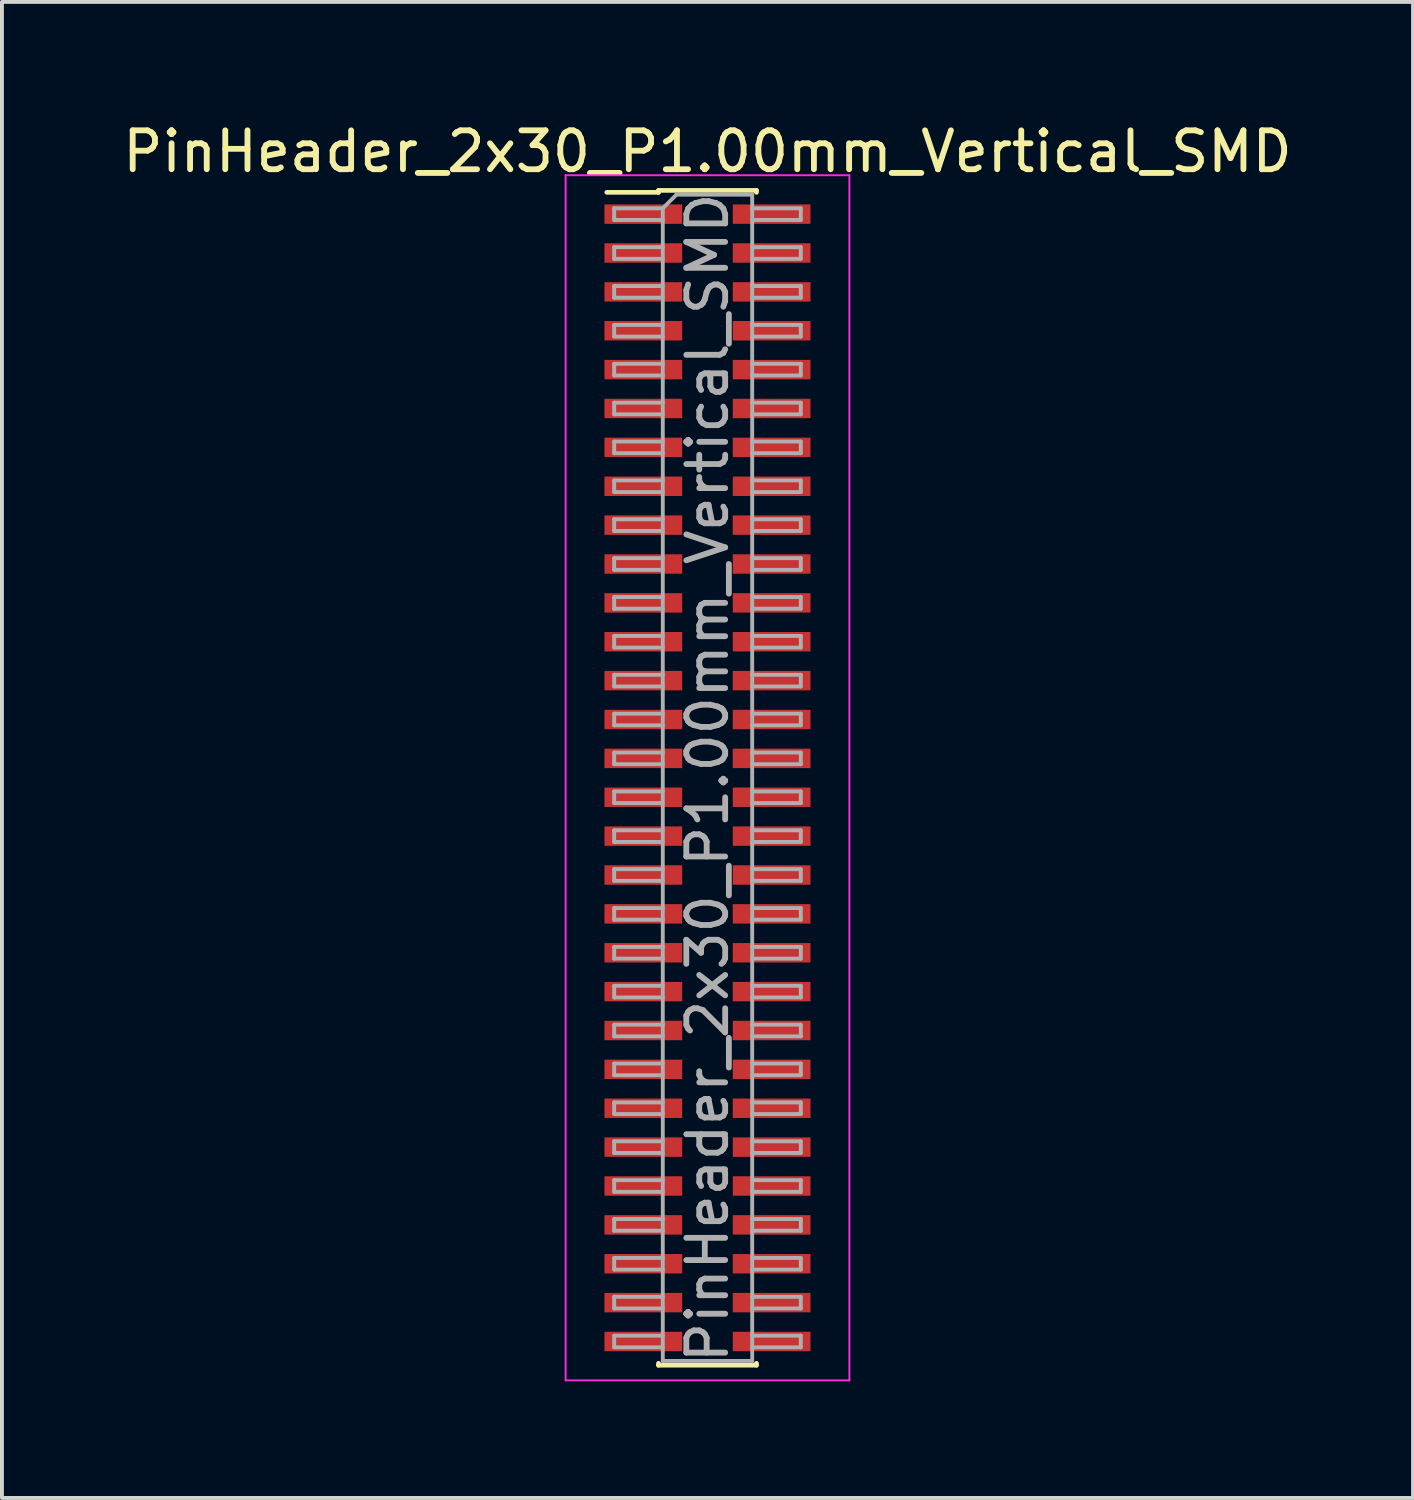
<source format=kicad_pcb>
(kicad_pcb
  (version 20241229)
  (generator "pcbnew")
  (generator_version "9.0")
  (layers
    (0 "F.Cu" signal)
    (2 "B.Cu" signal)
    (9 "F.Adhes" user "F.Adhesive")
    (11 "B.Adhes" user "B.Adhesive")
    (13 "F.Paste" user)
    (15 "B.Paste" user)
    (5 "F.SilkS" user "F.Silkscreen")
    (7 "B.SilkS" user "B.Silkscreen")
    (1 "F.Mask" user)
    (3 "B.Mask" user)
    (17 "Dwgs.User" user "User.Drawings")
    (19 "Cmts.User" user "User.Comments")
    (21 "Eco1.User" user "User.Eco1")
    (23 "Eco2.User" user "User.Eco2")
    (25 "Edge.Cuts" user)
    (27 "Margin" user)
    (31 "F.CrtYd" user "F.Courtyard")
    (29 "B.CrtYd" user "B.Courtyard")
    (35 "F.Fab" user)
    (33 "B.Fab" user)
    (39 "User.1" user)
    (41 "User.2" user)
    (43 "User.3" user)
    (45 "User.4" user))
  (footprint "PinHeader_2x30_P1.00mm_Vertical_SMD"
    (layer "F.Cu")
    (at 15.149 16.958)
    (property "Reference" "PinHeader_2x30_P1.00mm_Vertical_SMD" (at 0 -16.11 0) (layer "F.SilkS") (effects (font (size 1 1) (thickness 0.15))))
    (attr smd)
    (fp_line (start -2.59 -15.06) (end -1.26 -15.06) (stroke (width 0.12) (type solid)) (layer "F.SilkS"))
    (fp_line (start -1.26 -15.11) (end -1.26 -15.06) (stroke (width 0.12) (type solid)) (layer "F.SilkS"))
    (fp_line (start -1.26 -15.11) (end 1.26 -15.11) (stroke (width 0.12) (type solid)) (layer "F.SilkS"))
    (fp_line (start -1.26 15.06) (end -1.26 15.11) (stroke (width 0.12) (type solid)) (layer "F.SilkS"))
    (fp_line (start -1.26 15.11) (end 1.26 15.11) (stroke (width 0.12) (type solid)) (layer "F.SilkS"))
    (fp_line (start 1.26 -15.11) (end 1.26 -15.06) (stroke (width 0.12) (type solid)) (layer "F.SilkS"))
    (fp_line (start 1.26 15.06) (end 1.26 15.11) (stroke (width 0.12) (type solid)) (layer "F.SilkS"))
    (fp_line (start -3.65 -15.5) (end -3.65 15.5) (stroke (width 0.05) (type solid)) (layer "F.CrtYd"))
    (fp_line (start -3.65 15.5) (end 3.65 15.5) (stroke (width 0.05) (type solid)) (layer "F.CrtYd"))
    (fp_line (start 3.65 -15.5) (end -3.65 -15.5) (stroke (width 0.05) (type solid)) (layer "F.CrtYd"))
    (fp_line (start 3.65 15.5) (end 3.65 -15.5) (stroke (width 0.05) (type solid)) (layer "F.CrtYd"))
    (fp_line (start -2.4 -14.65) (end -2.4 -14.35) (stroke (width 0.1) (type solid)) (layer "F.Fab"))
    (fp_line (start -2.4 -14.35) (end -1.15 -14.35) (stroke (width 0.1) (type solid)) (layer "F.Fab"))
    (fp_line (start -2.4 -13.65) (end -2.4 -13.35) (stroke (width 0.1) (type solid)) (layer "F.Fab"))
    (fp_line (start -2.4 -13.35) (end -1.15 -13.35) (stroke (width 0.1) (type solid)) (layer "F.Fab"))
    (fp_line (start -2.4 -12.65) (end -2.4 -12.35) (stroke (width 0.1) (type solid)) (layer "F.Fab"))
    (fp_line (start -2.4 -12.35) (end -1.15 -12.35) (stroke (width 0.1) (type solid)) (layer "F.Fab"))
    (fp_line (start -2.4 -11.65) (end -2.4 -11.35) (stroke (width 0.1) (type solid)) (layer "F.Fab"))
    (fp_line (start -2.4 -11.35) (end -1.15 -11.35) (stroke (width 0.1) (type solid)) (layer "F.Fab"))
    (fp_line (start -2.4 -10.65) (end -2.4 -10.35) (stroke (width 0.1) (type solid)) (layer "F.Fab"))
    (fp_line (start -2.4 -10.35) (end -1.15 -10.35) (stroke (width 0.1) (type solid)) (layer "F.Fab"))
    (fp_line (start -2.4 -9.65) (end -2.4 -9.35) (stroke (width 0.1) (type solid)) (layer "F.Fab"))
    (fp_line (start -2.4 -9.35) (end -1.15 -9.35) (stroke (width 0.1) (type solid)) (layer "F.Fab"))
    (fp_line (start -2.4 -8.65) (end -2.4 -8.35) (stroke (width 0.1) (type solid)) (layer "F.Fab"))
    (fp_line (start -2.4 -8.35) (end -1.15 -8.35) (stroke (width 0.1) (type solid)) (layer "F.Fab"))
    (fp_line (start -2.4 -7.65) (end -2.4 -7.35) (stroke (width 0.1) (type solid)) (layer "F.Fab"))
    (fp_line (start -2.4 -7.35) (end -1.15 -7.35) (stroke (width 0.1) (type solid)) (layer "F.Fab"))
    (fp_line (start -2.4 -6.65) (end -2.4 -6.35) (stroke (width 0.1) (type solid)) (layer "F.Fab"))
    (fp_line (start -2.4 -6.35) (end -1.15 -6.35) (stroke (width 0.1) (type solid)) (layer "F.Fab"))
    (fp_line (start -2.4 -5.65) (end -2.4 -5.35) (stroke (width 0.1) (type solid)) (layer "F.Fab"))
    (fp_line (start -2.4 -5.35) (end -1.15 -5.35) (stroke (width 0.1) (type solid)) (layer "F.Fab"))
    (fp_line (start -2.4 -4.65) (end -2.4 -4.35) (stroke (width 0.1) (type solid)) (layer "F.Fab"))
    (fp_line (start -2.4 -4.35) (end -1.15 -4.35) (stroke (width 0.1) (type solid)) (layer "F.Fab"))
    (fp_line (start -2.4 -3.65) (end -2.4 -3.35) (stroke (width 0.1) (type solid)) (layer "F.Fab"))
    (fp_line (start -2.4 -3.35) (end -1.15 -3.35) (stroke (width 0.1) (type solid)) (layer "F.Fab"))
    (fp_line (start -2.4 -2.65) (end -2.4 -2.35) (stroke (width 0.1) (type solid)) (layer "F.Fab"))
    (fp_line (start -2.4 -2.35) (end -1.15 -2.35) (stroke (width 0.1) (type solid)) (layer "F.Fab"))
    (fp_line (start -2.4 -1.65) (end -2.4 -1.35) (stroke (width 0.1) (type solid)) (layer "F.Fab"))
    (fp_line (start -2.4 -1.35) (end -1.15 -1.35) (stroke (width 0.1) (type solid)) (layer "F.Fab"))
    (fp_line (start -2.4 -0.65) (end -2.4 -0.35) (stroke (width 0.1) (type solid)) (layer "F.Fab"))
    (fp_line (start -2.4 -0.35) (end -1.15 -0.35) (stroke (width 0.1) (type solid)) (layer "F.Fab"))
    (fp_line (start -2.4 0.35) (end -2.4 0.65) (stroke (width 0.1) (type solid)) (layer "F.Fab"))
    (fp_line (start -2.4 0.65) (end -1.15 0.65) (stroke (width 0.1) (type solid)) (layer "F.Fab"))
    (fp_line (start -2.4 1.35) (end -2.4 1.65) (stroke (width 0.1) (type solid)) (layer "F.Fab"))
    (fp_line (start -2.4 1.65) (end -1.15 1.65) (stroke (width 0.1) (type solid)) (layer "F.Fab"))
    (fp_line (start -2.4 2.35) (end -2.4 2.65) (stroke (width 0.1) (type solid)) (layer "F.Fab"))
    (fp_line (start -2.4 2.65) (end -1.15 2.65) (stroke (width 0.1) (type solid)) (layer "F.Fab"))
    (fp_line (start -2.4 3.35) (end -2.4 3.65) (stroke (width 0.1) (type solid)) (layer "F.Fab"))
    (fp_line (start -2.4 3.65) (end -1.15 3.65) (stroke (width 0.1) (type solid)) (layer "F.Fab"))
    (fp_line (start -2.4 4.35) (end -2.4 4.65) (stroke (width 0.1) (type solid)) (layer "F.Fab"))
    (fp_line (start -2.4 4.65) (end -1.15 4.65) (stroke (width 0.1) (type solid)) (layer "F.Fab"))
    (fp_line (start -2.4 5.35) (end -2.4 5.65) (stroke (width 0.1) (type solid)) (layer "F.Fab"))
    (fp_line (start -2.4 5.65) (end -1.15 5.65) (stroke (width 0.1) (type solid)) (layer "F.Fab"))
    (fp_line (start -2.4 6.35) (end -2.4 6.65) (stroke (width 0.1) (type solid)) (layer "F.Fab"))
    (fp_line (start -2.4 6.65) (end -1.15 6.65) (stroke (width 0.1) (type solid)) (layer "F.Fab"))
    (fp_line (start -2.4 7.35) (end -2.4 7.65) (stroke (width 0.1) (type solid)) (layer "F.Fab"))
    (fp_line (start -2.4 7.65) (end -1.15 7.65) (stroke (width 0.1) (type solid)) (layer "F.Fab"))
    (fp_line (start -2.4 8.35) (end -2.4 8.65) (stroke (width 0.1) (type solid)) (layer "F.Fab"))
    (fp_line (start -2.4 8.65) (end -1.15 8.65) (stroke (width 0.1) (type solid)) (layer "F.Fab"))
    (fp_line (start -2.4 9.35) (end -2.4 9.65) (stroke (width 0.1) (type solid)) (layer "F.Fab"))
    (fp_line (start -2.4 9.65) (end -1.15 9.65) (stroke (width 0.1) (type solid)) (layer "F.Fab"))
    (fp_line (start -2.4 10.35) (end -2.4 10.65) (stroke (width 0.1) (type solid)) (layer "F.Fab"))
    (fp_line (start -2.4 10.65) (end -1.15 10.65) (stroke (width 0.1) (type solid)) (layer "F.Fab"))
    (fp_line (start -2.4 11.35) (end -2.4 11.65) (stroke (width 0.1) (type solid)) (layer "F.Fab"))
    (fp_line (start -2.4 11.65) (end -1.15 11.65) (stroke (width 0.1) (type solid)) (layer "F.Fab"))
    (fp_line (start -2.4 12.35) (end -2.4 12.65) (stroke (width 0.1) (type solid)) (layer "F.Fab"))
    (fp_line (start -2.4 12.65) (end -1.15 12.65) (stroke (width 0.1) (type solid)) (layer "F.Fab"))
    (fp_line (start -2.4 13.35) (end -2.4 13.65) (stroke (width 0.1) (type solid)) (layer "F.Fab"))
    (fp_line (start -2.4 13.65) (end -1.15 13.65) (stroke (width 0.1) (type solid)) (layer "F.Fab"))
    (fp_line (start -2.4 14.35) (end -2.4 14.65) (stroke (width 0.1) (type solid)) (layer "F.Fab"))
    (fp_line (start -2.4 14.65) (end -1.15 14.65) (stroke (width 0.1) (type solid)) (layer "F.Fab"))
    (fp_line (start -1.15 -14.65) (end -2.4 -14.65) (stroke (width 0.1) (type solid)) (layer "F.Fab"))
    (fp_line (start -1.15 -14.65) (end -0.8 -15) (stroke (width 0.1) (type solid)) (layer "F.Fab"))
    (fp_line (start -1.15 -13.65) (end -2.4 -13.65) (stroke (width 0.1) (type solid)) (layer "F.Fab"))
    (fp_line (start -1.15 -12.65) (end -2.4 -12.65) (stroke (width 0.1) (type solid)) (layer "F.Fab"))
    (fp_line (start -1.15 -11.65) (end -2.4 -11.65) (stroke (width 0.1) (type solid)) (layer "F.Fab"))
    (fp_line (start -1.15 -10.65) (end -2.4 -10.65) (stroke (width 0.1) (type solid)) (layer "F.Fab"))
    (fp_line (start -1.15 -9.65) (end -2.4 -9.65) (stroke (width 0.1) (type solid)) (layer "F.Fab"))
    (fp_line (start -1.15 -8.65) (end -2.4 -8.65) (stroke (width 0.1) (type solid)) (layer "F.Fab"))
    (fp_line (start -1.15 -7.65) (end -2.4 -7.65) (stroke (width 0.1) (type solid)) (layer "F.Fab"))
    (fp_line (start -1.15 -6.65) (end -2.4 -6.65) (stroke (width 0.1) (type solid)) (layer "F.Fab"))
    (fp_line (start -1.15 -5.65) (end -2.4 -5.65) (stroke (width 0.1) (type solid)) (layer "F.Fab"))
    (fp_line (start -1.15 -4.65) (end -2.4 -4.65) (stroke (width 0.1) (type solid)) (layer "F.Fab"))
    (fp_line (start -1.15 -3.65) (end -2.4 -3.65) (stroke (width 0.1) (type solid)) (layer "F.Fab"))
    (fp_line (start -1.15 -2.65) (end -2.4 -2.65) (stroke (width 0.1) (type solid)) (layer "F.Fab"))
    (fp_line (start -1.15 -1.65) (end -2.4 -1.65) (stroke (width 0.1) (type solid)) (layer "F.Fab"))
    (fp_line (start -1.15 -0.65) (end -2.4 -0.65) (stroke (width 0.1) (type solid)) (layer "F.Fab"))
    (fp_line (start -1.15 0.35) (end -2.4 0.35) (stroke (width 0.1) (type solid)) (layer "F.Fab"))
    (fp_line (start -1.15 1.35) (end -2.4 1.35) (stroke (width 0.1) (type solid)) (layer "F.Fab"))
    (fp_line (start -1.15 2.35) (end -2.4 2.35) (stroke (width 0.1) (type solid)) (layer "F.Fab"))
    (fp_line (start -1.15 3.35) (end -2.4 3.35) (stroke (width 0.1) (type solid)) (layer "F.Fab"))
    (fp_line (start -1.15 4.35) (end -2.4 4.35) (stroke (width 0.1) (type solid)) (layer "F.Fab"))
    (fp_line (start -1.15 5.35) (end -2.4 5.35) (stroke (width 0.1) (type solid)) (layer "F.Fab"))
    (fp_line (start -1.15 6.35) (end -2.4 6.35) (stroke (width 0.1) (type solid)) (layer "F.Fab"))
    (fp_line (start -1.15 7.35) (end -2.4 7.35) (stroke (width 0.1) (type solid)) (layer "F.Fab"))
    (fp_line (start -1.15 8.35) (end -2.4 8.35) (stroke (width 0.1) (type solid)) (layer "F.Fab"))
    (fp_line (start -1.15 9.35) (end -2.4 9.35) (stroke (width 0.1) (type solid)) (layer "F.Fab"))
    (fp_line (start -1.15 10.35) (end -2.4 10.35) (stroke (width 0.1) (type solid)) (layer "F.Fab"))
    (fp_line (start -1.15 11.35) (end -2.4 11.35) (stroke (width 0.1) (type solid)) (layer "F.Fab"))
    (fp_line (start -1.15 12.35) (end -2.4 12.35) (stroke (width 0.1) (type solid)) (layer "F.Fab"))
    (fp_line (start -1.15 13.35) (end -2.4 13.35) (stroke (width 0.1) (type solid)) (layer "F.Fab"))
    (fp_line (start -1.15 14.35) (end -2.4 14.35) (stroke (width 0.1) (type solid)) (layer "F.Fab"))
    (fp_line (start -1.15 15) (end -1.15 -14.65) (stroke (width 0.1) (type solid)) (layer "F.Fab"))
    (fp_line (start -0.8 -15) (end 1.15 -15) (stroke (width 0.1) (type solid)) (layer "F.Fab"))
    (fp_line (start 1.15 -15) (end 1.15 15) (stroke (width 0.1) (type solid)) (layer "F.Fab"))
    (fp_line (start 1.15 -14.65) (end 2.4 -14.65) (stroke (width 0.1) (type solid)) (layer "F.Fab"))
    (fp_line (start 1.15 -13.65) (end 2.4 -13.65) (stroke (width 0.1) (type solid)) (layer "F.Fab"))
    (fp_line (start 1.15 -12.65) (end 2.4 -12.65) (stroke (width 0.1) (type solid)) (layer "F.Fab"))
    (fp_line (start 1.15 -11.65) (end 2.4 -11.65) (stroke (width 0.1) (type solid)) (layer "F.Fab"))
    (fp_line (start 1.15 -10.65) (end 2.4 -10.65) (stroke (width 0.1) (type solid)) (layer "F.Fab"))
    (fp_line (start 1.15 -9.65) (end 2.4 -9.65) (stroke (width 0.1) (type solid)) (layer "F.Fab"))
    (fp_line (start 1.15 -8.65) (end 2.4 -8.65) (stroke (width 0.1) (type solid)) (layer "F.Fab"))
    (fp_line (start 1.15 -7.65) (end 2.4 -7.65) (stroke (width 0.1) (type solid)) (layer "F.Fab"))
    (fp_line (start 1.15 -6.65) (end 2.4 -6.65) (stroke (width 0.1) (type solid)) (layer "F.Fab"))
    (fp_line (start 1.15 -5.65) (end 2.4 -5.65) (stroke (width 0.1) (type solid)) (layer "F.Fab"))
    (fp_line (start 1.15 -4.65) (end 2.4 -4.65) (stroke (width 0.1) (type solid)) (layer "F.Fab"))
    (fp_line (start 1.15 -3.65) (end 2.4 -3.65) (stroke (width 0.1) (type solid)) (layer "F.Fab"))
    (fp_line (start 1.15 -2.65) (end 2.4 -2.65) (stroke (width 0.1) (type solid)) (layer "F.Fab"))
    (fp_line (start 1.15 -1.65) (end 2.4 -1.65) (stroke (width 0.1) (type solid)) (layer "F.Fab"))
    (fp_line (start 1.15 -0.65) (end 2.4 -0.65) (stroke (width 0.1) (type solid)) (layer "F.Fab"))
    (fp_line (start 1.15 0.35) (end 2.4 0.35) (stroke (width 0.1) (type solid)) (layer "F.Fab"))
    (fp_line (start 1.15 1.35) (end 2.4 1.35) (stroke (width 0.1) (type solid)) (layer "F.Fab"))
    (fp_line (start 1.15 2.35) (end 2.4 2.35) (stroke (width 0.1) (type solid)) (layer "F.Fab"))
    (fp_line (start 1.15 3.35) (end 2.4 3.35) (stroke (width 0.1) (type solid)) (layer "F.Fab"))
    (fp_line (start 1.15 4.35) (end 2.4 4.35) (stroke (width 0.1) (type solid)) (layer "F.Fab"))
    (fp_line (start 1.15 5.35) (end 2.4 5.35) (stroke (width 0.1) (type solid)) (layer "F.Fab"))
    (fp_line (start 1.15 6.35) (end 2.4 6.35) (stroke (width 0.1) (type solid)) (layer "F.Fab"))
    (fp_line (start 1.15 7.35) (end 2.4 7.35) (stroke (width 0.1) (type solid)) (layer "F.Fab"))
    (fp_line (start 1.15 8.35) (end 2.4 8.35) (stroke (width 0.1) (type solid)) (layer "F.Fab"))
    (fp_line (start 1.15 9.35) (end 2.4 9.35) (stroke (width 0.1) (type solid)) (layer "F.Fab"))
    (fp_line (start 1.15 10.35) (end 2.4 10.35) (stroke (width 0.1) (type solid)) (layer "F.Fab"))
    (fp_line (start 1.15 11.35) (end 2.4 11.35) (stroke (width 0.1) (type solid)) (layer "F.Fab"))
    (fp_line (start 1.15 12.35) (end 2.4 12.35) (stroke (width 0.1) (type solid)) (layer "F.Fab"))
    (fp_line (start 1.15 13.35) (end 2.4 13.35) (stroke (width 0.1) (type solid)) (layer "F.Fab"))
    (fp_line (start 1.15 14.35) (end 2.4 14.35) (stroke (width 0.1) (type solid)) (layer "F.Fab"))
    (fp_line (start 1.15 15) (end -1.15 15) (stroke (width 0.1) (type solid)) (layer "F.Fab"))
    (fp_line (start 2.4 -14.65) (end 2.4 -14.35) (stroke (width 0.1) (type solid)) (layer "F.Fab"))
    (fp_line (start 2.4 -14.35) (end 1.15 -14.35) (stroke (width 0.1) (type solid)) (layer "F.Fab"))
    (fp_line (start 2.4 -13.65) (end 2.4 -13.35) (stroke (width 0.1) (type solid)) (layer "F.Fab"))
    (fp_line (start 2.4 -13.35) (end 1.15 -13.35) (stroke (width 0.1) (type solid)) (layer "F.Fab"))
    (fp_line (start 2.4 -12.65) (end 2.4 -12.35) (stroke (width 0.1) (type solid)) (layer "F.Fab"))
    (fp_line (start 2.4 -12.35) (end 1.15 -12.35) (stroke (width 0.1) (type solid)) (layer "F.Fab"))
    (fp_line (start 2.4 -11.65) (end 2.4 -11.35) (stroke (width 0.1) (type solid)) (layer "F.Fab"))
    (fp_line (start 2.4 -11.35) (end 1.15 -11.35) (stroke (width 0.1) (type solid)) (layer "F.Fab"))
    (fp_line (start 2.4 -10.65) (end 2.4 -10.35) (stroke (width 0.1) (type solid)) (layer "F.Fab"))
    (fp_line (start 2.4 -10.35) (end 1.15 -10.35) (stroke (width 0.1) (type solid)) (layer "F.Fab"))
    (fp_line (start 2.4 -9.65) (end 2.4 -9.35) (stroke (width 0.1) (type solid)) (layer "F.Fab"))
    (fp_line (start 2.4 -9.35) (end 1.15 -9.35) (stroke (width 0.1) (type solid)) (layer "F.Fab"))
    (fp_line (start 2.4 -8.65) (end 2.4 -8.35) (stroke (width 0.1) (type solid)) (layer "F.Fab"))
    (fp_line (start 2.4 -8.35) (end 1.15 -8.35) (stroke (width 0.1) (type solid)) (layer "F.Fab"))
    (fp_line (start 2.4 -7.65) (end 2.4 -7.35) (stroke (width 0.1) (type solid)) (layer "F.Fab"))
    (fp_line (start 2.4 -7.35) (end 1.15 -7.35) (stroke (width 0.1) (type solid)) (layer "F.Fab"))
    (fp_line (start 2.4 -6.65) (end 2.4 -6.35) (stroke (width 0.1) (type solid)) (layer "F.Fab"))
    (fp_line (start 2.4 -6.35) (end 1.15 -6.35) (stroke (width 0.1) (type solid)) (layer "F.Fab"))
    (fp_line (start 2.4 -5.65) (end 2.4 -5.35) (stroke (width 0.1) (type solid)) (layer "F.Fab"))
    (fp_line (start 2.4 -5.35) (end 1.15 -5.35) (stroke (width 0.1) (type solid)) (layer "F.Fab"))
    (fp_line (start 2.4 -4.65) (end 2.4 -4.35) (stroke (width 0.1) (type solid)) (layer "F.Fab"))
    (fp_line (start 2.4 -4.35) (end 1.15 -4.35) (stroke (width 0.1) (type solid)) (layer "F.Fab"))
    (fp_line (start 2.4 -3.65) (end 2.4 -3.35) (stroke (width 0.1) (type solid)) (layer "F.Fab"))
    (fp_line (start 2.4 -3.35) (end 1.15 -3.35) (stroke (width 0.1) (type solid)) (layer "F.Fab"))
    (fp_line (start 2.4 -2.65) (end 2.4 -2.35) (stroke (width 0.1) (type solid)) (layer "F.Fab"))
    (fp_line (start 2.4 -2.35) (end 1.15 -2.35) (stroke (width 0.1) (type solid)) (layer "F.Fab"))
    (fp_line (start 2.4 -1.65) (end 2.4 -1.35) (stroke (width 0.1) (type solid)) (layer "F.Fab"))
    (fp_line (start 2.4 -1.35) (end 1.15 -1.35) (stroke (width 0.1) (type solid)) (layer "F.Fab"))
    (fp_line (start 2.4 -0.65) (end 2.4 -0.35) (stroke (width 0.1) (type solid)) (layer "F.Fab"))
    (fp_line (start 2.4 -0.35) (end 1.15 -0.35) (stroke (width 0.1) (type solid)) (layer "F.Fab"))
    (fp_line (start 2.4 0.35) (end 2.4 0.65) (stroke (width 0.1) (type solid)) (layer "F.Fab"))
    (fp_line (start 2.4 0.65) (end 1.15 0.65) (stroke (width 0.1) (type solid)) (layer "F.Fab"))
    (fp_line (start 2.4 1.35) (end 2.4 1.65) (stroke (width 0.1) (type solid)) (layer "F.Fab"))
    (fp_line (start 2.4 1.65) (end 1.15 1.65) (stroke (width 0.1) (type solid)) (layer "F.Fab"))
    (fp_line (start 2.4 2.35) (end 2.4 2.65) (stroke (width 0.1) (type solid)) (layer "F.Fab"))
    (fp_line (start 2.4 2.65) (end 1.15 2.65) (stroke (width 0.1) (type solid)) (layer "F.Fab"))
    (fp_line (start 2.4 3.35) (end 2.4 3.65) (stroke (width 0.1) (type solid)) (layer "F.Fab"))
    (fp_line (start 2.4 3.65) (end 1.15 3.65) (stroke (width 0.1) (type solid)) (layer "F.Fab"))
    (fp_line (start 2.4 4.35) (end 2.4 4.65) (stroke (width 0.1) (type solid)) (layer "F.Fab"))
    (fp_line (start 2.4 4.65) (end 1.15 4.65) (stroke (width 0.1) (type solid)) (layer "F.Fab"))
    (fp_line (start 2.4 5.35) (end 2.4 5.65) (stroke (width 0.1) (type solid)) (layer "F.Fab"))
    (fp_line (start 2.4 5.65) (end 1.15 5.65) (stroke (width 0.1) (type solid)) (layer "F.Fab"))
    (fp_line (start 2.4 6.35) (end 2.4 6.65) (stroke (width 0.1) (type solid)) (layer "F.Fab"))
    (fp_line (start 2.4 6.65) (end 1.15 6.65) (stroke (width 0.1) (type solid)) (layer "F.Fab"))
    (fp_line (start 2.4 7.35) (end 2.4 7.65) (stroke (width 0.1) (type solid)) (layer "F.Fab"))
    (fp_line (start 2.4 7.65) (end 1.15 7.65) (stroke (width 0.1) (type solid)) (layer "F.Fab"))
    (fp_line (start 2.4 8.35) (end 2.4 8.65) (stroke (width 0.1) (type solid)) (layer "F.Fab"))
    (fp_line (start 2.4 8.65) (end 1.15 8.65) (stroke (width 0.1) (type solid)) (layer "F.Fab"))
    (fp_line (start 2.4 9.35) (end 2.4 9.65) (stroke (width 0.1) (type solid)) (layer "F.Fab"))
    (fp_line (start 2.4 9.65) (end 1.15 9.65) (stroke (width 0.1) (type solid)) (layer "F.Fab"))
    (fp_line (start 2.4 10.35) (end 2.4 10.65) (stroke (width 0.1) (type solid)) (layer "F.Fab"))
    (fp_line (start 2.4 10.65) (end 1.15 10.65) (stroke (width 0.1) (type solid)) (layer "F.Fab"))
    (fp_line (start 2.4 11.35) (end 2.4 11.65) (stroke (width 0.1) (type solid)) (layer "F.Fab"))
    (fp_line (start 2.4 11.65) (end 1.15 11.65) (stroke (width 0.1) (type solid)) (layer "F.Fab"))
    (fp_line (start 2.4 12.35) (end 2.4 12.65) (stroke (width 0.1) (type solid)) (layer "F.Fab"))
    (fp_line (start 2.4 12.65) (end 1.15 12.65) (stroke (width 0.1) (type solid)) (layer "F.Fab"))
    (fp_line (start 2.4 13.35) (end 2.4 13.65) (stroke (width 0.1) (type solid)) (layer "F.Fab"))
    (fp_line (start 2.4 13.65) (end 1.15 13.65) (stroke (width 0.1) (type solid)) (layer "F.Fab"))
    (fp_line (start 2.4 14.35) (end 2.4 14.65) (stroke (width 0.1) (type solid)) (layer "F.Fab"))
    (fp_line (start 2.4 14.65) (end 1.15 14.65) (stroke (width 0.1) (type solid)) (layer "F.Fab"))
    (fp_text user "${REFERENCE}" (at 0 0 90) (layer "F.Fab") (effects (font (size 1 1) (thickness 0.15))))
    (pad "1" smd rect (at -1.65 -14.5) (size 2 0.5) (layers "F.Cu" "F.Mask" "F.Paste"))
    (pad "2" smd rect (at 1.65 -14.5) (size 2 0.5) (layers "F.Cu" "F.Mask" "F.Paste"))
    (pad "3" smd rect (at -1.65 -13.5) (size 2 0.5) (layers "F.Cu" "F.Mask" "F.Paste"))
    (pad "4" smd rect (at 1.65 -13.5) (size 2 0.5) (layers "F.Cu" "F.Mask" "F.Paste"))
    (pad "5" smd rect (at -1.65 -12.5) (size 2 0.5) (layers "F.Cu" "F.Mask" "F.Paste"))
    (pad "6" smd rect (at 1.65 -12.5) (size 2 0.5) (layers "F.Cu" "F.Mask" "F.Paste"))
    (pad "7" smd rect (at -1.65 -11.5) (size 2 0.5) (layers "F.Cu" "F.Mask" "F.Paste"))
    (pad "8" smd rect (at 1.65 -11.5) (size 2 0.5) (layers "F.Cu" "F.Mask" "F.Paste"))
    (pad "9" smd rect (at -1.65 -10.5) (size 2 0.5) (layers "F.Cu" "F.Mask" "F.Paste"))
    (pad "10" smd rect (at 1.65 -10.5) (size 2 0.5) (layers "F.Cu" "F.Mask" "F.Paste"))
    (pad "11" smd rect (at -1.65 -9.5) (size 2 0.5) (layers "F.Cu" "F.Mask" "F.Paste"))
    (pad "12" smd rect (at 1.65 -9.5) (size 2 0.5) (layers "F.Cu" "F.Mask" "F.Paste"))
    (pad "13" smd rect (at -1.65 -8.5) (size 2 0.5) (layers "F.Cu" "F.Mask" "F.Paste"))
    (pad "14" smd rect (at 1.65 -8.5) (size 2 0.5) (layers "F.Cu" "F.Mask" "F.Paste"))
    (pad "15" smd rect (at -1.65 -7.5) (size 2 0.5) (layers "F.Cu" "F.Mask" "F.Paste"))
    (pad "16" smd rect (at 1.65 -7.5) (size 2 0.5) (layers "F.Cu" "F.Mask" "F.Paste"))
    (pad "17" smd rect (at -1.65 -6.5) (size 2 0.5) (layers "F.Cu" "F.Mask" "F.Paste"))
    (pad "18" smd rect (at 1.65 -6.5) (size 2 0.5) (layers "F.Cu" "F.Mask" "F.Paste"))
    (pad "19" smd rect (at -1.65 -5.5) (size 2 0.5) (layers "F.Cu" "F.Mask" "F.Paste"))
    (pad "20" smd rect (at 1.65 -5.5) (size 2 0.5) (layers "F.Cu" "F.Mask" "F.Paste"))
    (pad "21" smd rect (at -1.65 -4.5) (size 2 0.5) (layers "F.Cu" "F.Mask" "F.Paste"))
    (pad "22" smd rect (at 1.65 -4.5) (size 2 0.5) (layers "F.Cu" "F.Mask" "F.Paste"))
    (pad "23" smd rect (at -1.65 -3.5) (size 2 0.5) (layers "F.Cu" "F.Mask" "F.Paste"))
    (pad "24" smd rect (at 1.65 -3.5) (size 2 0.5) (layers "F.Cu" "F.Mask" "F.Paste"))
    (pad "25" smd rect (at -1.65 -2.5) (size 2 0.5) (layers "F.Cu" "F.Mask" "F.Paste"))
    (pad "26" smd rect (at 1.65 -2.5) (size 2 0.5) (layers "F.Cu" "F.Mask" "F.Paste"))
    (pad "27" smd rect (at -1.65 -1.5) (size 2 0.5) (layers "F.Cu" "F.Mask" "F.Paste"))
    (pad "28" smd rect (at 1.65 -1.5) (size 2 0.5) (layers "F.Cu" "F.Mask" "F.Paste"))
    (pad "29" smd rect (at -1.65 -0.5) (size 2 0.5) (layers "F.Cu" "F.Mask" "F.Paste"))
    (pad "30" smd rect (at 1.65 -0.5) (size 2 0.5) (layers "F.Cu" "F.Mask" "F.Paste"))
    (pad "31" smd rect (at -1.65 0.5) (size 2 0.5) (layers "F.Cu" "F.Mask" "F.Paste"))
    (pad "32" smd rect (at 1.65 0.5) (size 2 0.5) (layers "F.Cu" "F.Mask" "F.Paste"))
    (pad "33" smd rect (at -1.65 1.5) (size 2 0.5) (layers "F.Cu" "F.Mask" "F.Paste"))
    (pad "34" smd rect (at 1.65 1.5) (size 2 0.5) (layers "F.Cu" "F.Mask" "F.Paste"))
    (pad "35" smd rect (at -1.65 2.5) (size 2 0.5) (layers "F.Cu" "F.Mask" "F.Paste"))
    (pad "36" smd rect (at 1.65 2.5) (size 2 0.5) (layers "F.Cu" "F.Mask" "F.Paste"))
    (pad "37" smd rect (at -1.65 3.5) (size 2 0.5) (layers "F.Cu" "F.Mask" "F.Paste"))
    (pad "38" smd rect (at 1.65 3.5) (size 2 0.5) (layers "F.Cu" "F.Mask" "F.Paste"))
    (pad "39" smd rect (at -1.65 4.5) (size 2 0.5) (layers "F.Cu" "F.Mask" "F.Paste"))
    (pad "40" smd rect (at 1.65 4.5) (size 2 0.5) (layers "F.Cu" "F.Mask" "F.Paste"))
    (pad "41" smd rect (at -1.65 5.5) (size 2 0.5) (layers "F.Cu" "F.Mask" "F.Paste"))
    (pad "42" smd rect (at 1.65 5.5) (size 2 0.5) (layers "F.Cu" "F.Mask" "F.Paste"))
    (pad "43" smd rect (at -1.65 6.5) (size 2 0.5) (layers "F.Cu" "F.Mask" "F.Paste"))
    (pad "44" smd rect (at 1.65 6.5) (size 2 0.5) (layers "F.Cu" "F.Mask" "F.Paste"))
    (pad "45" smd rect (at -1.65 7.5) (size 2 0.5) (layers "F.Cu" "F.Mask" "F.Paste"))
    (pad "46" smd rect (at 1.65 7.5) (size 2 0.5) (layers "F.Cu" "F.Mask" "F.Paste"))
    (pad "47" smd rect (at -1.65 8.5) (size 2 0.5) (layers "F.Cu" "F.Mask" "F.Paste"))
    (pad "48" smd rect (at 1.65 8.5) (size 2 0.5) (layers "F.Cu" "F.Mask" "F.Paste"))
    (pad "49" smd rect (at -1.65 9.5) (size 2 0.5) (layers "F.Cu" "F.Mask" "F.Paste"))
    (pad "50" smd rect (at 1.65 9.5) (size 2 0.5) (layers "F.Cu" "F.Mask" "F.Paste"))
    (pad "51" smd rect (at -1.65 10.5) (size 2 0.5) (layers "F.Cu" "F.Mask" "F.Paste"))
    (pad "52" smd rect (at 1.65 10.5) (size 2 0.5) (layers "F.Cu" "F.Mask" "F.Paste"))
    (pad "53" smd rect (at -1.65 11.5) (size 2 0.5) (layers "F.Cu" "F.Mask" "F.Paste"))
    (pad "54" smd rect (at 1.65 11.5) (size 2 0.5) (layers "F.Cu" "F.Mask" "F.Paste"))
    (pad "55" smd rect (at -1.65 12.5) (size 2 0.5) (layers "F.Cu" "F.Mask" "F.Paste"))
    (pad "56" smd rect (at 1.65 12.5) (size 2 0.5) (layers "F.Cu" "F.Mask" "F.Paste"))
    (pad "57" smd rect (at -1.65 13.5) (size 2 0.5) (layers "F.Cu" "F.Mask" "F.Paste"))
    (pad "58" smd rect (at 1.65 13.5) (size 2 0.5) (layers "F.Cu" "F.Mask" "F.Paste"))
    (pad "59" smd rect (at -1.65 14.5) (size 2 0.5) (layers "F.Cu" "F.Mask" "F.Paste"))
    (pad "60" smd rect (at 1.65 14.5) (size 2 0.5) (layers "F.Cu" "F.Mask" "F.Paste")))
  (gr_rect
    (start -3 -3)
    (end 33.298 35.483)
    (stroke (width 0.1) (type default))
    (fill no)
    (layer "Edge.Cuts")))
</source>
